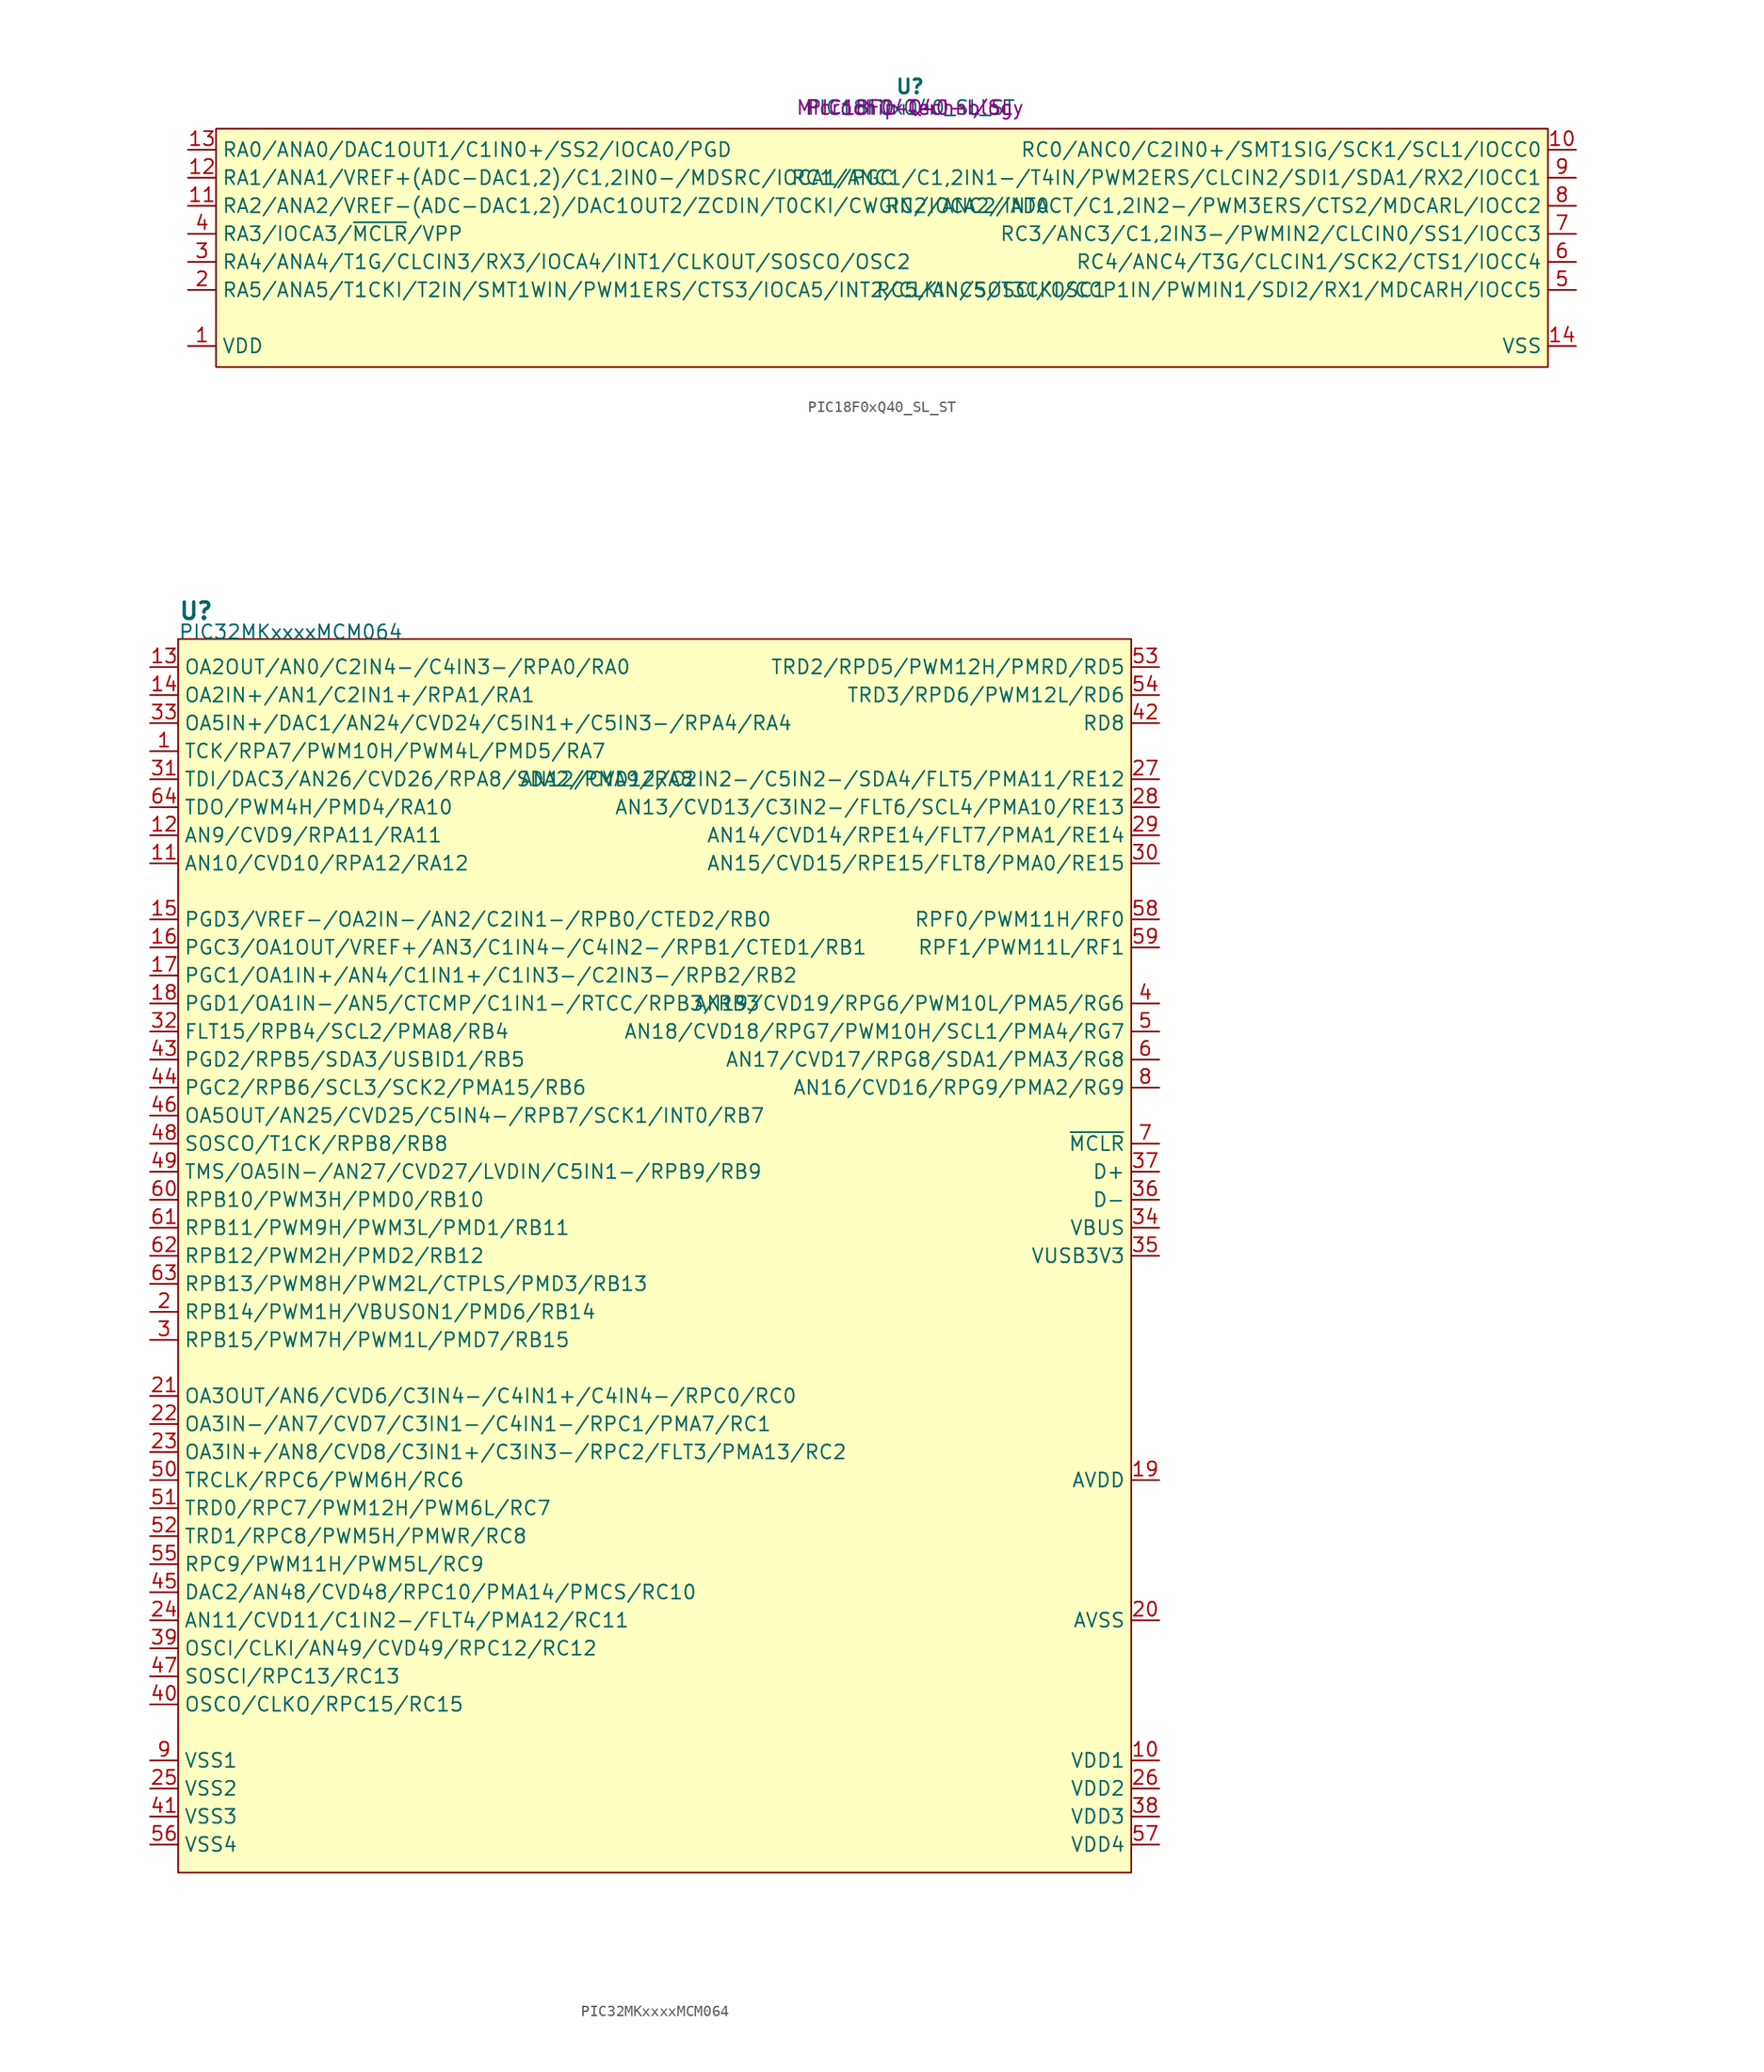
<source format=kicad_sym>
(kicad_symbol_lib
  (version 20231120)
  (generator "kicad_symbol_editor")
  (generator_version "8.0")
  (symbol "PIC18F0xQ40_SL_ST"
    (property "Reference" "U"
      (at 0 0 0)
      (effects (font (size 1.27 1.27) (bold yes))))
    (property "Value" "PIC18F0xQ40_SL_ST"
      (at 0 -1.905 0)
      (effects (font (size 1.27 1.27))))
    (property "MNP" "PIC18F04Q40-I/SL"
      (at 0 -1.905 0)
      (effects (font (size 1.27 1.27))))
    (property "MFT" "Microchip Technology"
      (at 0 -1.905 0)
      (effects (font (size 1.27 1.27))))
    (symbol "PIC18F0xQ40_SL_ST_1_0"
      (pin input line (at -65.405 -23.495 0) (length 2.54) (name "VDD" (effects (font (size 1.27 1.27)))) (number "1" (effects (font (size 1.27 1.27)))))
      (pin input line (at 60.325 -5.715 180) (length 2.54) (name "RC0/ANC0/C2IN0+/SMT1SIG/SCK1/SCL1/IOCC0" (effects (font (size 1.27 1.27)))) (number "10" (effects (font (size 1.27 1.27)))))
      (pin input line (at -65.405 -10.795 0) (length 2.54) (name "RA2/ANA2/VREF-(ADC-DAC1,2)/DAC1OUT2/ZCDIN/T0CKI/CWGIN/IOCA2/INT0" (effects (font (size 1.27 1.27)))) (number "11" (effects (font (size 1.27 1.27)))))
      (pin input line (at -65.405 -8.255 0) (length 2.54) (name "RA1/ANA1/VREF+(ADC-DAC1,2)/C1,2IN0-/MDSRC/IOCA1/PGC" (effects (font (size 1.27 1.27)))) (number "12" (effects (font (size 1.27 1.27)))))
      (pin input line (at 60.325 -23.495 180) (length 2.54) (name "VSS" (effects (font (size 1.27 1.27)))) (number "14" (effects (font (size 1.27 1.27)))))
      (pin input line (at -65.405 -18.415 0) (length 2.54) (name "RA5/ANA5/T1CKI/T2IN/SMT1WIN/PWM1ERS/CTS3/IOCA5/INT2/CLKIN/SOSCI/OSC1" (effects (font (size 1.27 1.27)))) (number "2" (effects (font (size 1.27 1.27)))))
      (pin input line (at -65.405 -15.875 0) (length 2.54) (name "RA4/ANA4/T1G/CLCIN3/RX3/IOCA4/INT1/CLKOUT/SOSCO/OSC2" (effects (font (size 1.27 1.27)))) (number "3" (effects (font (size 1.27 1.27)))))
      (pin input line (at -65.405 -13.335 0) (length 2.54) (name "RA3/IOCA3/~{MCLR}/VPP" (effects (font (size 1.27 1.27)))) (number "4" (effects (font (size 1.27 1.27)))))
      (pin input line (at 60.325 -18.415 180) (length 2.54) (name "RC5/ANC5/T3CKI/CCP1IN/PWMIN1/SDI2/RX1/MDCARH/IOCC5" (effects (font (size 1.27 1.27)))) (number "5" (effects (font (size 1.27 1.27)))))
      (pin input line (at 60.325 -15.875 180) (length 2.54) (name "RC4/ANC4/T3G/CLCIN1/SCK2/CTS1/IOCC4" (effects (font (size 1.27 1.27)))) (number "6" (effects (font (size 1.27 1.27)))))
      (pin input line (at 60.325 -13.335 180) (length 2.54) (name "RC3/ANC3/C1,2IN3-/PWMIN2/CLCIN0/SS1/IOCC3" (effects (font (size 1.27 1.27)))) (number "7" (effects (font (size 1.27 1.27)))))
      (pin input line (at 60.325 -10.795 180) (length 2.54) (name "RC2/ANC2/ADACT/C1,2IN2-/PWM3ERS/CTS2/MDCARL/IOCC2" (effects (font (size 1.27 1.27)))) (number "8" (effects (font (size 1.27 1.27)))))
      (pin input line (at 60.325 -8.255 180) (length 2.54) (name "RC1/ANC1/C1,2IN1-/T4IN/PWM2ERS/CLCIN2/SDI1/SDA1/RX2/IOCC1" (effects (font (size 1.27 1.27)))) (number "9" (effects (font (size 1.27 1.27))))))
    (symbol "PIC18F0xQ40_SL_ST_1_1"
      (rectangle (start -62.865 -3.81) (end 57.785 -25.4) (stroke (width 0) (type default)) (fill (type background)))
      (pin input line (at -65.405 -5.715 0) (length 2.54) (name "RA0/ANA0/DAC1OUT1/C1IN0+/SS2/IOCA0/PGD" (effects (font (size 1.27 1.27)))) (number "13" (effects (font (size 1.27 1.27)))))))
  (symbol "PIC32MKxxxxMCM064"
    (property "Reference" "U"
      (at 0 0 0)
      (effects (font (size 1.5 1.5) (bold yes)) (justify left)))
    (property "Value" "PIC32MKxxxxMCM064"
      (at 0 -1.905 0)
      (effects (font (size 1.27 1.27)) (justify left)))
    (symbol "PIC32MKxxxxMCM064_1_1"
      (rectangle (start 0 -2.54) (end 86.36 -114.3) (stroke (width 0) (type default)) (fill (type background)))
      (pin bidirectional line (at -2.54 -12.7 0) (length 2.54) (name "TCK/RPA7/PWM10H/PWM4L/PMD5/RA7" (effects (font (size 1.27 1.27)))) (number "1" (effects (font (size 1.27 1.27)))))
      (pin power_in line (at 88.9 -104.14 180) (length 2.54) (name "VDD1" (effects (font (size 1.27 1.27)))) (number "10" (effects (font (size 1.27 1.27)))))
      (pin bidirectional line (at -2.54 -22.86 0) (length 2.54) (name "AN10/CVD10/RPA12/RA12" (effects (font (size 1.27 1.27)))) (number "11" (effects (font (size 1.27 1.27)))))
      (pin bidirectional line (at -2.54 -20.32 0) (length 2.54) (name "AN9/CVD9/RPA11/RA11" (effects (font (size 1.27 1.27)))) (number "12" (effects (font (size 1.27 1.27)))))
      (pin bidirectional line (at -2.54 -5.08 0) (length 2.54) (name "OA2OUT/AN0/C2IN4-/C4IN3-/RPA0/RA0" (effects (font (size 1.27 1.27)))) (number "13" (effects (font (size 1.27 1.27)))))
      (pin bidirectional line (at -2.54 -7.62 0) (length 2.54) (name "OA2IN+/AN1/C2IN1+/RPA1/RA1" (effects (font (size 1.27 1.27)))) (number "14" (effects (font (size 1.27 1.27)))))
      (pin bidirectional line (at -2.54 -27.94 0) (length 2.54) (name "PGD3/VREF-/OA2IN-/AN2/C2IN1-/RPB0/CTED2/RB0" (effects (font (size 1.27 1.27)))) (number "15" (effects (font (size 1.27 1.27)))))
      (pin bidirectional line (at -2.54 -30.48 0) (length 2.54) (name "PGC3/OA1OUT/VREF+/AN3/C1IN4-/C4IN2-/RPB1/CTED1/RB1" (effects (font (size 1.27 1.27)))) (number "16" (effects (font (size 1.27 1.27)))))
      (pin bidirectional line (at -2.54 -33.02 0) (length 2.54) (name "PGC1/OA1IN+/AN4/C1IN1+/C1IN3-/C2IN3-/RPB2/RB2" (effects (font (size 1.27 1.27)))) (number "17" (effects (font (size 1.27 1.27)))))
      (pin bidirectional line (at -2.54 -35.56 0) (length 2.54) (name "PGD1/OA1IN-/AN5/CTCMP/C1IN1-/RTCC/RPB3/RB3" (effects (font (size 1.27 1.27)))) (number "18" (effects (font (size 1.27 1.27)))))
      (pin power_in line (at 88.9 -78.74 180) (length 2.54) (name "AVDD" (effects (font (size 1.27 1.27)))) (number "19" (effects (font (size 1.27 1.27)))))
      (pin bidirectional line (at -2.54 -63.5 0) (length 2.54) (name "RPB14/PWM1H/VBUSON1/PMD6/RB14" (effects (font (size 1.27 1.27)))) (number "2" (effects (font (size 1.27 1.27)))))
      (pin power_in line (at 88.9 -91.44 180) (length 2.54) (name "AVSS" (effects (font (size 1.27 1.27)))) (number "20" (effects (font (size 1.27 1.27)))))
      (pin bidirectional line (at -2.54 -71.12 0) (length 2.54) (name "OA3OUT/AN6/CVD6/C3IN4-/C4IN1+/C4IN4-/RPC0/RC0" (effects (font (size 1.27 1.27)))) (number "21" (effects (font (size 1.27 1.27)))))
      (pin bidirectional line (at -2.54 -73.66 0) (length 2.54) (name "OA3IN-/AN7/CVD7/C3IN1-/C4IN1-/RPC1/PMA7/RC1" (effects (font (size 1.27 1.27)))) (number "22" (effects (font (size 1.27 1.27)))))
      (pin bidirectional line (at -2.54 -76.2 0) (length 2.54) (name "OA3IN+/AN8/CVD8/C3IN1+/C3IN3-/RPC2/FLT3/PMA13/RC2" (effects (font (size 1.27 1.27)))) (number "23" (effects (font (size 1.27 1.27)))))
      (pin bidirectional line (at -2.54 -91.44 0) (length 2.54) (name "AN11/CVD11/C1IN2-/FLT4/PMA12/RC11" (effects (font (size 1.27 1.27)))) (number "24" (effects (font (size 1.27 1.27)))))
      (pin power_in line (at -2.54 -106.68 0) (length 2.54) (name "VSS2" (effects (font (size 1.27 1.27)))) (number "25" (effects (font (size 1.27 1.27)))))
      (pin power_in line (at 88.9 -106.68 180) (length 2.54) (name "VDD2" (effects (font (size 1.27 1.27)))) (number "26" (effects (font (size 1.27 1.27)))))
      (pin bidirectional line (at 88.9 -15.24 180) (length 2.54) (name "AN12/CVD12/C2IN2-/C5IN2-/SDA4/FLT5/PMA11/RE12" (effects (font (size 1.27 1.27)))) (number "27" (effects (font (size 1.27 1.27)))))
      (pin bidirectional line (at 88.9 -17.78 180) (length 2.54) (name "AN13/CVD13/C3IN2-/FLT6/SCL4/PMA10/RE13" (effects (font (size 1.27 1.27)))) (number "28" (effects (font (size 1.27 1.27)))))
      (pin bidirectional line (at 88.9 -20.32 180) (length 2.54) (name "AN14/CVD14/RPE14/FLT7/PMA1/RE14" (effects (font (size 1.27 1.27)))) (number "29" (effects (font (size 1.27 1.27)))))
      (pin bidirectional line (at -2.54 -66.04 0) (length 2.54) (name "RPB15/PWM7H/PWM1L/PMD7/RB15" (effects (font (size 1.27 1.27)))) (number "3" (effects (font (size 1.27 1.27)))))
      (pin bidirectional line (at 88.9 -22.86 180) (length 2.54) (name "AN15/CVD15/RPE15/FLT8/PMA0/RE15" (effects (font (size 1.27 1.27)))) (number "30" (effects (font (size 1.27 1.27)))))
      (pin bidirectional line (at -2.54 -15.24 0) (length 2.54) (name "TDI/DAC3/AN26/CVD26/RPA8/SDA2/PMA9/RA8" (effects (font (size 1.27 1.27)))) (number "31" (effects (font (size 1.27 1.27)))))
      (pin bidirectional line (at -2.54 -38.1 0) (length 2.54) (name "FLT15/RPB4/SCL2/PMA8/RB4" (effects (font (size 1.27 1.27)))) (number "32" (effects (font (size 1.27 1.27)))))
      (pin bidirectional line (at -2.54 -10.16 0) (length 2.54) (name "OA5IN+/DAC1/AN24/CVD24/C5IN1+/C5IN3-/RPA4/RA4" (effects (font (size 1.27 1.27)))) (number "33" (effects (font (size 1.27 1.27)))))
      (pin input line (at 88.9 -55.88 180) (length 2.54) (name "VBUS" (effects (font (size 1.27 1.27)))) (number "34" (effects (font (size 1.27 1.27)))))
      (pin power_in line (at 88.9 -58.42 180) (length 2.54) (name "VUSB3V3" (effects (font (size 1.27 1.27)))) (number "35" (effects (font (size 1.27 1.27)))))
      (pin bidirectional line (at 88.9 -53.34 180) (length 2.54) (name "D-" (effects (font (size 1.27 1.27)))) (number "36" (effects (font (size 1.27 1.27)))))
      (pin bidirectional line (at 88.9 -50.8 180) (length 2.54) (name "D+" (effects (font (size 1.27 1.27)))) (number "37" (effects (font (size 1.27 1.27)))))
      (pin power_in line (at 88.9 -109.22 180) (length 2.54) (name "VDD3" (effects (font (size 1.27 1.27)))) (number "38" (effects (font (size 1.27 1.27)))))
      (pin bidirectional line (at -2.54 -93.98 0) (length 2.54) (name "OSCI/CLKI/AN49/CVD49/RPC12/RC12" (effects (font (size 1.27 1.27)))) (number "39" (effects (font (size 1.27 1.27)))))
      (pin bidirectional line (at 88.9 -35.56 180) (length 2.54) (name "AN19/CVD19/RPG6/PWM10L/PMA5/RG6" (effects (font (size 1.27 1.27)))) (number "4" (effects (font (size 1.27 1.27)))))
      (pin bidirectional line (at -2.54 -99.06 0) (length 2.54) (name "OSCO/CLKO/RPC15/RC15" (effects (font (size 1.27 1.27)))) (number "40" (effects (font (size 1.27 1.27)))))
      (pin power_in line (at -2.54 -109.22 0) (length 2.54) (name "VSS3" (effects (font (size 1.27 1.27)))) (number "41" (effects (font (size 1.27 1.27)))))
      (pin bidirectional line (at 88.9 -10.16 180) (length 2.54) (name "RD8" (effects (font (size 1.27 1.27)))) (number "42" (effects (font (size 1.27 1.27)))))
      (pin bidirectional line (at -2.54 -40.64 0) (length 2.54) (name "PGD2/RPB5/SDA3/USBID1/RB5" (effects (font (size 1.27 1.27)))) (number "43" (effects (font (size 1.27 1.27)))))
      (pin bidirectional line (at -2.54 -43.18 0) (length 2.54) (name "PGC2/RPB6/SCL3/SCK2/PMA15/RB6" (effects (font (size 1.27 1.27)))) (number "44" (effects (font (size 1.27 1.27)))))
      (pin bidirectional line (at -2.54 -88.9 0) (length 2.54) (name "DAC2/AN48/CVD48/RPC10/PMA14/PMCS/RC10" (effects (font (size 1.27 1.27)))) (number "45" (effects (font (size 1.27 1.27)))))
      (pin bidirectional line (at -2.54 -45.72 0) (length 2.54) (name "OA5OUT/AN25/CVD25/C5IN4-/RPB7/SCK1/INT0/RB7" (effects (font (size 1.27 1.27)))) (number "46" (effects (font (size 1.27 1.27)))))
      (pin bidirectional line (at -2.54 -96.52 0) (length 2.54) (name "SOSCI/RPC13/RC13" (effects (font (size 1.27 1.27)))) (number "47" (effects (font (size 1.27 1.27)))))
      (pin bidirectional line (at -2.54 -48.26 0) (length 2.54) (name "SOSCO/T1CK/RPB8/RB8" (effects (font (size 1.27 1.27)))) (number "48" (effects (font (size 1.27 1.27)))))
      (pin bidirectional line (at -2.54 -50.8 0) (length 2.54) (name "TMS/OA5IN-/AN27/CVD27/LVDIN/C5IN1-/RPB9/RB9" (effects (font (size 1.27 1.27)))) (number "49" (effects (font (size 1.27 1.27)))))
      (pin bidirectional line (at 88.9 -38.1 180) (length 2.54) (name "AN18/CVD18/RPG7/PWM10H/SCL1/PMA4/RG7" (effects (font (size 1.27 1.27)))) (number "5" (effects (font (size 1.27 1.27)))))
      (pin bidirectional line (at -2.54 -78.74 0) (length 2.54) (name "TRCLK/RPC6/PWM6H/RC6" (effects (font (size 1.27 1.27)))) (number "50" (effects (font (size 1.27 1.27)))))
      (pin bidirectional line (at -2.54 -81.28 0) (length 2.54) (name "TRD0/RPC7/PWM12H/PWM6L/RC7" (effects (font (size 1.27 1.27)))) (number "51" (effects (font (size 1.27 1.27)))))
      (pin bidirectional line (at -2.54 -83.82 0) (length 2.54) (name "TRD1/RPC8/PWM5H/PMWR/RC8" (effects (font (size 1.27 1.27)))) (number "52" (effects (font (size 1.27 1.27)))))
      (pin bidirectional line (at 88.9 -5.08 180) (length 2.54) (name "TRD2/RPD5/PWM12H/PMRD/RD5" (effects (font (size 1.27 1.27)))) (number "53" (effects (font (size 1.27 1.27)))))
      (pin bidirectional line (at 88.9 -7.62 180) (length 2.54) (name "TRD3/RPD6/PWM12L/RD6" (effects (font (size 1.27 1.27)))) (number "54" (effects (font (size 1.27 1.27)))))
      (pin bidirectional line (at -2.54 -86.36 0) (length 2.54) (name "RPC9/PWM11H/PWM5L/RC9" (effects (font (size 1.27 1.27)))) (number "55" (effects (font (size 1.27 1.27)))))
      (pin power_in line (at -2.54 -111.76 0) (length 2.54) (name "VSS4" (effects (font (size 1.27 1.27)))) (number "56" (effects (font (size 1.27 1.27)))))
      (pin power_in line (at 88.9 -111.76 180) (length 2.54) (name "VDD4" (effects (font (size 1.27 1.27)))) (number "57" (effects (font (size 1.27 1.27)))))
      (pin bidirectional line (at 88.9 -27.94 180) (length 2.54) (name "RPF0/PWM11H/RF0" (effects (font (size 1.27 1.27)))) (number "58" (effects (font (size 1.27 1.27)))))
      (pin bidirectional line (at 88.9 -30.48 180) (length 2.54) (name "RPF1/PWM11L/RF1" (effects (font (size 1.27 1.27)))) (number "59" (effects (font (size 1.27 1.27)))))
      (pin bidirectional line (at 88.9 -40.64 180) (length 2.54) (name "AN17/CVD17/RPG8/SDA1/PMA3/RG8" (effects (font (size 1.27 1.27)))) (number "6" (effects (font (size 1.27 1.27)))))
      (pin bidirectional line (at -2.54 -53.34 0) (length 2.54) (name "RPB10/PWM3H/PMD0/RB10" (effects (font (size 1.27 1.27)))) (number "60" (effects (font (size 1.27 1.27)))))
      (pin bidirectional line (at -2.54 -55.88 0) (length 2.54) (name "RPB11/PWM9H/PWM3L/PMD1/RB11" (effects (font (size 1.27 1.27)))) (number "61" (effects (font (size 1.27 1.27)))))
      (pin bidirectional line (at -2.54 -58.42 0) (length 2.54) (name "RPB12/PWM2H/PMD2/RB12" (effects (font (size 1.27 1.27)))) (number "62" (effects (font (size 1.27 1.27)))))
      (pin bidirectional line (at -2.54 -60.96 0) (length 2.54) (name "RPB13/PWM8H/PWM2L/CTPLS/PMD3/RB13" (effects (font (size 1.27 1.27)))) (number "63" (effects (font (size 1.27 1.27)))))
      (pin bidirectional line (at -2.54 -17.78 0) (length 2.54) (name "TDO/PWM4H/PMD4/RA10" (effects (font (size 1.27 1.27)))) (number "64" (effects (font (size 1.27 1.27)))))
      (pin input line (at 88.9 -48.26 180) (length 2.54) (name "~{MCLR}" (effects (font (size 1.27 1.27)))) (number "7" (effects (font (size 1.27 1.27)))))
      (pin bidirectional line (at 88.9 -43.18 180) (length 2.54) (name "AN16/CVD16/RPG9/PMA2/RG9" (effects (font (size 1.27 1.27)))) (number "8" (effects (font (size 1.27 1.27)))))
      (pin power_in line (at -2.54 -104.14 0) (length 2.54) (name "VSS1" (effects (font (size 1.27 1.27)))) (number "9" (effects (font (size 1.27 1.27))))))))
</source>
